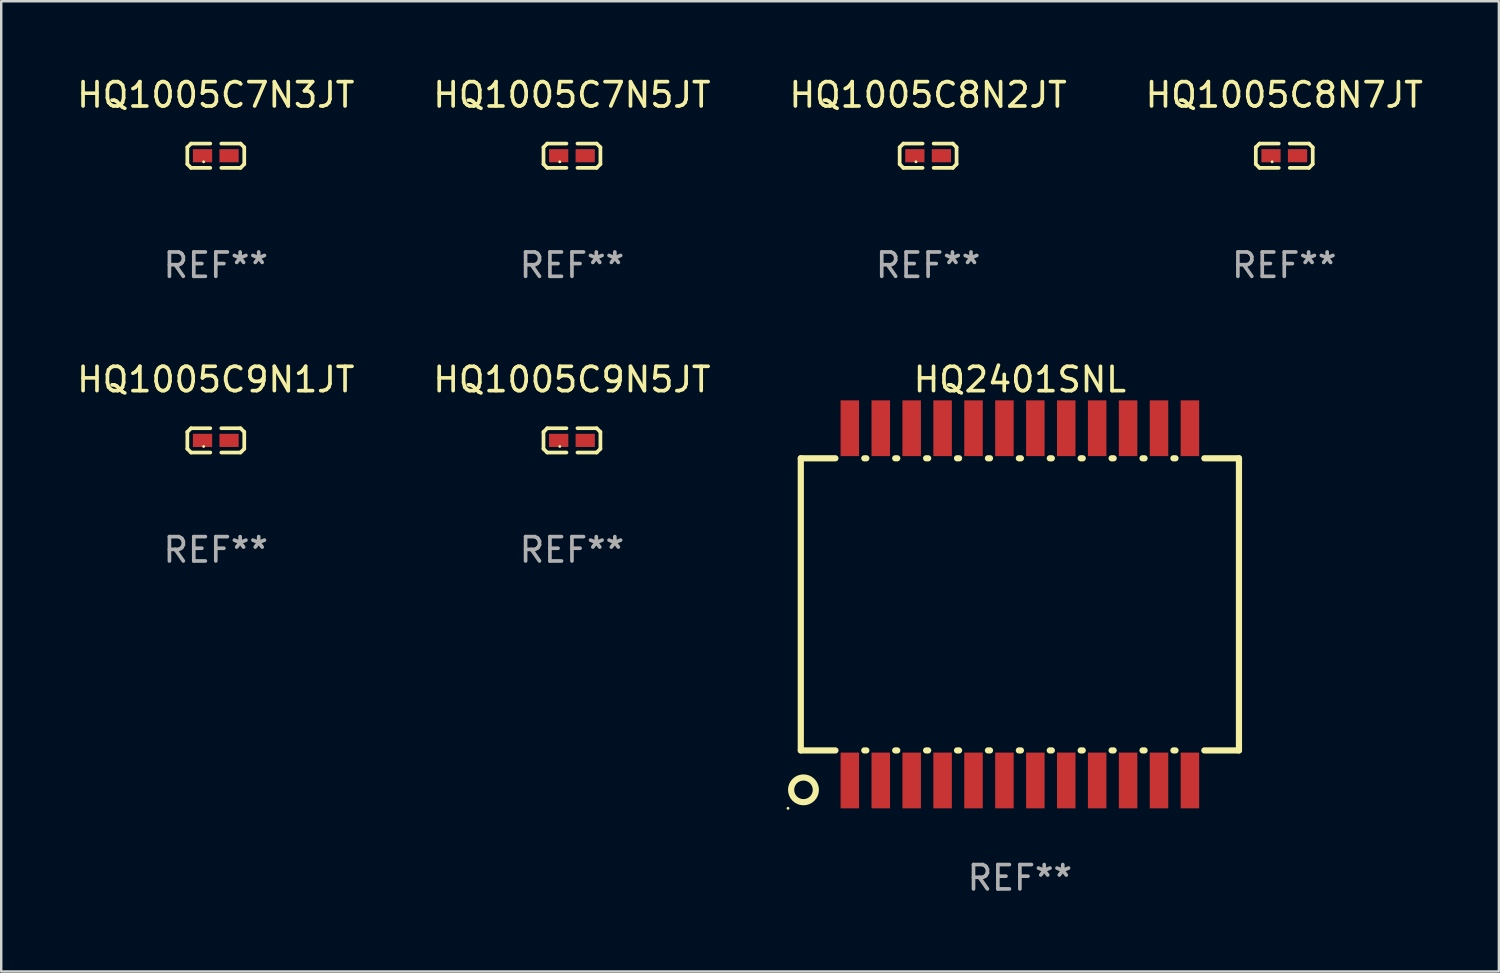
<source format=kicad_pcb>
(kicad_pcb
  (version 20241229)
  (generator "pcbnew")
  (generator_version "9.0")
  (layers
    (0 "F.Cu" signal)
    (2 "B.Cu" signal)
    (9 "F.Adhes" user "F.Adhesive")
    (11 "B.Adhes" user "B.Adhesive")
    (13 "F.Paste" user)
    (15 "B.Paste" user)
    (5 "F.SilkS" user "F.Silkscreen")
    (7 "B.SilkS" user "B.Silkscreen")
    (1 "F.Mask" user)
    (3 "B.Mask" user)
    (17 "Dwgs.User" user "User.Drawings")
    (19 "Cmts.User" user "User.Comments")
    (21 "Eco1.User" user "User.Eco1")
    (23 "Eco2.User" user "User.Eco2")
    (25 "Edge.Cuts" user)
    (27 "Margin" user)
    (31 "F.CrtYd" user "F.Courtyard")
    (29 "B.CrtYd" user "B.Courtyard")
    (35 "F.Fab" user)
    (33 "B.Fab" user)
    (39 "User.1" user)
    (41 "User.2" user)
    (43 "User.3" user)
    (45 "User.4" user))
  (footprint "HQ1005C7N3JT"
    (layer "F.Cu")
    (at 5.815 3.347)
    (property "Reference" "HQ1005C7N3JT" (at 0 -2.499 0) (layer "F.SilkS") (effects (font (size 1 1) (thickness 0.15))))
    (attr through_hole)
    (fp_line (start -1.169 -0.346) (end -1.016 -0.499) (stroke (width 0.152) (type solid)) (layer "F.SilkS"))
    (fp_line (start -1.169 0.346) (end -1.169 -0.346) (stroke (width 0.152) (type solid)) (layer "F.SilkS"))
    (fp_line (start -1.016 -0.499) (end -0.226 -0.499) (stroke (width 0.152) (type solid)) (layer "F.SilkS"))
    (fp_line (start -1.016 0.499) (end -1.169 0.346) (stroke (width 0.152) (type solid)) (layer "F.SilkS"))
    (fp_line (start -0.226 0.499) (end -1.016 0.499) (stroke (width 0.152) (type solid)) (layer "F.SilkS"))
    (fp_line (start 0.226 0.499) (end 1.016 0.499) (stroke (width 0.152) (type solid)) (layer "F.SilkS"))
    (fp_line (start 1.016 -0.499) (end 0.226 -0.499) (stroke (width 0.152) (type solid)) (layer "F.SilkS"))
    (fp_line (start 1.016 0.499) (end 1.169 0.346) (stroke (width 0.152) (type solid)) (layer "F.SilkS"))
    (fp_line (start 1.169 -0.346) (end 1.016 -0.499) (stroke (width 0.152) (type solid)) (layer "F.SilkS"))
    (fp_line (start 1.169 0.346) (end 1.169 -0.346) (stroke (width 0.152) (type solid)) (layer "F.SilkS"))
    (fp_circle (center -0.5 0.25) (end -0.47 0.25) (stroke (width 0.06) (type solid)) (fill no) (layer "F.SilkS"))
    (fp_text user "REF**" (at 0 4.499 0) (layer "F.Fab") (effects (font (size 1 1) (thickness 0.15))))
    (pad "1" smd rect (at -0.545 0) (size 0.79 0.54) (layers "F.Cu" "F.Mask" "F.Paste"))
    (pad "2" smd rect (at 0.545 0) (size 0.79 0.54) (layers "F.Cu" "F.Mask" "F.Paste")))
  (footprint "HQ1005C9N5JT"
    (layer "F.Cu")
    (at 20.446 15.041)
    (property "Reference" "HQ1005C9N5JT" (at 0 -2.499 0) (layer "F.SilkS") (effects (font (size 1 1) (thickness 0.15))))
    (attr through_hole)
    (fp_line (start -1.169 -0.346) (end -1.016 -0.499) (stroke (width 0.152) (type solid)) (layer "F.SilkS"))
    (fp_line (start -1.169 0.346) (end -1.169 -0.346) (stroke (width 0.152) (type solid)) (layer "F.SilkS"))
    (fp_line (start -1.016 -0.499) (end -0.226 -0.499) (stroke (width 0.152) (type solid)) (layer "F.SilkS"))
    (fp_line (start -1.016 0.499) (end -1.169 0.346) (stroke (width 0.152) (type solid)) (layer "F.SilkS"))
    (fp_line (start -0.226 0.499) (end -1.016 0.499) (stroke (width 0.152) (type solid)) (layer "F.SilkS"))
    (fp_line (start 0.226 0.499) (end 1.016 0.499) (stroke (width 0.152) (type solid)) (layer "F.SilkS"))
    (fp_line (start 1.016 -0.499) (end 0.226 -0.499) (stroke (width 0.152) (type solid)) (layer "F.SilkS"))
    (fp_line (start 1.016 0.499) (end 1.169 0.346) (stroke (width 0.152) (type solid)) (layer "F.SilkS"))
    (fp_line (start 1.169 -0.346) (end 1.016 -0.499) (stroke (width 0.152) (type solid)) (layer "F.SilkS"))
    (fp_line (start 1.169 0.346) (end 1.169 -0.346) (stroke (width 0.152) (type solid)) (layer "F.SilkS"))
    (fp_circle (center -0.5 0.25) (end -0.47 0.25) (stroke (width 0.06) (type solid)) (fill no) (layer "F.SilkS"))
    (fp_text user "REF**" (at 0 4.499 0) (layer "F.Fab") (effects (font (size 1 1) (thickness 0.15))))
    (pad "1" smd rect (at -0.545 0) (size 0.79 0.54) (layers "F.Cu" "F.Mask" "F.Paste"))
    (pad "2" smd rect (at 0.545 0) (size 0.79 0.54) (layers "F.Cu" "F.Mask" "F.Paste")))
  (footprint "HQ1005C8N7JT"
    (layer "F.Cu")
    (at 49.708 3.347)
    (property "Reference" "HQ1005C8N7JT" (at 0 -2.499 0) (layer "F.SilkS") (effects (font (size 1 1) (thickness 0.15))))
    (attr through_hole)
    (fp_line (start -1.169 -0.346) (end -1.016 -0.499) (stroke (width 0.152) (type solid)) (layer "F.SilkS"))
    (fp_line (start -1.169 0.346) (end -1.169 -0.346) (stroke (width 0.152) (type solid)) (layer "F.SilkS"))
    (fp_line (start -1.016 -0.499) (end -0.226 -0.499) (stroke (width 0.152) (type solid)) (layer "F.SilkS"))
    (fp_line (start -1.016 0.499) (end -1.169 0.346) (stroke (width 0.152) (type solid)) (layer "F.SilkS"))
    (fp_line (start -0.226 0.499) (end -1.016 0.499) (stroke (width 0.152) (type solid)) (layer "F.SilkS"))
    (fp_line (start 0.226 0.499) (end 1.016 0.499) (stroke (width 0.152) (type solid)) (layer "F.SilkS"))
    (fp_line (start 1.016 -0.499) (end 0.226 -0.499) (stroke (width 0.152) (type solid)) (layer "F.SilkS"))
    (fp_line (start 1.016 0.499) (end 1.169 0.346) (stroke (width 0.152) (type solid)) (layer "F.SilkS"))
    (fp_line (start 1.169 -0.346) (end 1.016 -0.499) (stroke (width 0.152) (type solid)) (layer "F.SilkS"))
    (fp_line (start 1.169 0.346) (end 1.169 -0.346) (stroke (width 0.152) (type solid)) (layer "F.SilkS"))
    (fp_circle (center -0.5 0.25) (end -0.47 0.25) (stroke (width 0.06) (type solid)) (fill no) (layer "F.SilkS"))
    (fp_text user "REF**" (at 0 4.499 0) (layer "F.Fab") (effects (font (size 1 1) (thickness 0.15))))
    (pad "1" smd rect (at -0.545 0) (size 0.79 0.54) (layers "F.Cu" "F.Mask" "F.Paste"))
    (pad "2" smd rect (at 0.545 0) (size 0.79 0.54) (layers "F.Cu" "F.Mask" "F.Paste")))
  (footprint "HQ1005C9N1JT"
    (layer "F.Cu")
    (at 5.815 15.041)
    (property "Reference" "HQ1005C9N1JT" (at 0 -2.499 0) (layer "F.SilkS") (effects (font (size 1 1) (thickness 0.15))))
    (attr through_hole)
    (fp_line (start -1.169 -0.346) (end -1.016 -0.499) (stroke (width 0.152) (type solid)) (layer "F.SilkS"))
    (fp_line (start -1.169 0.346) (end -1.169 -0.346) (stroke (width 0.152) (type solid)) (layer "F.SilkS"))
    (fp_line (start -1.016 -0.499) (end -0.226 -0.499) (stroke (width 0.152) (type solid)) (layer "F.SilkS"))
    (fp_line (start -1.016 0.499) (end -1.169 0.346) (stroke (width 0.152) (type solid)) (layer "F.SilkS"))
    (fp_line (start -0.226 0.499) (end -1.016 0.499) (stroke (width 0.152) (type solid)) (layer "F.SilkS"))
    (fp_line (start 0.226 0.499) (end 1.016 0.499) (stroke (width 0.152) (type solid)) (layer "F.SilkS"))
    (fp_line (start 1.016 -0.499) (end 0.226 -0.499) (stroke (width 0.152) (type solid)) (layer "F.SilkS"))
    (fp_line (start 1.016 0.499) (end 1.169 0.346) (stroke (width 0.152) (type solid)) (layer "F.SilkS"))
    (fp_line (start 1.169 -0.346) (end 1.016 -0.499) (stroke (width 0.152) (type solid)) (layer "F.SilkS"))
    (fp_line (start 1.169 0.346) (end 1.169 -0.346) (stroke (width 0.152) (type solid)) (layer "F.SilkS"))
    (fp_circle (center -0.5 0.25) (end -0.47 0.25) (stroke (width 0.06) (type solid)) (fill no) (layer "F.SilkS"))
    (fp_text user "REF**" (at 0 4.499 0) (layer "F.Fab") (effects (font (size 1 1) (thickness 0.15))))
    (pad "1" smd rect (at -0.545 0) (size 0.79 0.54) (layers "F.Cu" "F.Mask" "F.Paste"))
    (pad "2" smd rect (at 0.545 0) (size 0.79 0.54) (layers "F.Cu" "F.Mask" "F.Paste")))
  (footprint "HQ1005C7N5JT"
    (layer "F.Cu")
    (at 20.446 3.347)
    (property "Reference" "HQ1005C7N5JT" (at 0 -2.499 0) (layer "F.SilkS") (effects (font (size 1 1) (thickness 0.15))))
    (attr through_hole)
    (fp_line (start -1.169 -0.346) (end -1.016 -0.499) (stroke (width 0.152) (type solid)) (layer "F.SilkS"))
    (fp_line (start -1.169 0.346) (end -1.169 -0.346) (stroke (width 0.152) (type solid)) (layer "F.SilkS"))
    (fp_line (start -1.016 -0.499) (end -0.226 -0.499) (stroke (width 0.152) (type solid)) (layer "F.SilkS"))
    (fp_line (start -1.016 0.499) (end -1.169 0.346) (stroke (width 0.152) (type solid)) (layer "F.SilkS"))
    (fp_line (start -0.226 0.499) (end -1.016 0.499) (stroke (width 0.152) (type solid)) (layer "F.SilkS"))
    (fp_line (start 0.226 0.499) (end 1.016 0.499) (stroke (width 0.152) (type solid)) (layer "F.SilkS"))
    (fp_line (start 1.016 -0.499) (end 0.226 -0.499) (stroke (width 0.152) (type solid)) (layer "F.SilkS"))
    (fp_line (start 1.016 0.499) (end 1.169 0.346) (stroke (width 0.152) (type solid)) (layer "F.SilkS"))
    (fp_line (start 1.169 -0.346) (end 1.016 -0.499) (stroke (width 0.152) (type solid)) (layer "F.SilkS"))
    (fp_line (start 1.169 0.346) (end 1.169 -0.346) (stroke (width 0.152) (type solid)) (layer "F.SilkS"))
    (fp_circle (center -0.5 0.25) (end -0.47 0.25) (stroke (width 0.06) (type solid)) (fill no) (layer "F.SilkS"))
    (fp_text user "REF**" (at 0 4.499 0) (layer "F.Fab") (effects (font (size 1 1) (thickness 0.15))))
    (pad "1" smd rect (at -0.545 0) (size 0.79 0.54) (layers "F.Cu" "F.Mask" "F.Paste"))
    (pad "2" smd rect (at 0.545 0) (size 0.79 0.54) (layers "F.Cu" "F.Mask" "F.Paste")))
  (footprint "HQ1005C8N2JT"
    (layer "F.Cu")
    (at 35.077 3.347)
    (property "Reference" "HQ1005C8N2JT" (at 0 -2.499 0) (layer "F.SilkS") (effects (font (size 1 1) (thickness 0.15))))
    (attr through_hole)
    (fp_line (start -1.169 -0.346) (end -1.016 -0.499) (stroke (width 0.152) (type solid)) (layer "F.SilkS"))
    (fp_line (start -1.169 0.346) (end -1.169 -0.346) (stroke (width 0.152) (type solid)) (layer "F.SilkS"))
    (fp_line (start -1.016 -0.499) (end -0.226 -0.499) (stroke (width 0.152) (type solid)) (layer "F.SilkS"))
    (fp_line (start -1.016 0.499) (end -1.169 0.346) (stroke (width 0.152) (type solid)) (layer "F.SilkS"))
    (fp_line (start -0.226 0.499) (end -1.016 0.499) (stroke (width 0.152) (type solid)) (layer "F.SilkS"))
    (fp_line (start 0.226 0.499) (end 1.016 0.499) (stroke (width 0.152) (type solid)) (layer "F.SilkS"))
    (fp_line (start 1.016 -0.499) (end 0.226 -0.499) (stroke (width 0.152) (type solid)) (layer "F.SilkS"))
    (fp_line (start 1.016 0.499) (end 1.169 0.346) (stroke (width 0.152) (type solid)) (layer "F.SilkS"))
    (fp_line (start 1.169 -0.346) (end 1.016 -0.499) (stroke (width 0.152) (type solid)) (layer "F.SilkS"))
    (fp_line (start 1.169 0.346) (end 1.169 -0.346) (stroke (width 0.152) (type solid)) (layer "F.SilkS"))
    (fp_circle (center -0.5 0.25) (end -0.47 0.25) (stroke (width 0.06) (type solid)) (fill no) (layer "F.SilkS"))
    (fp_text user "REF**" (at 0 4.499 0) (layer "F.Fab") (effects (font (size 1 1) (thickness 0.15))))
    (pad "1" smd rect (at -0.545 0) (size 0.79 0.54) (layers "F.Cu" "F.Mask" "F.Paste"))
    (pad "2" smd rect (at 0.545 0) (size 0.79 0.54) (layers "F.Cu" "F.Mask" "F.Paste")))
  (footprint "HQ2401SNL"
    (layer "F.Cu")
    (at 38.847 21.777)
    (property "Reference" "HQ2401SNL" (at 0 -9.235 0) (layer "F.SilkS") (effects (font (size 1 1) (thickness 0.15))))
    (attr through_hole)
    (fp_line (start -9 -6) (end -9 6) (stroke (width 0.254) (type solid)) (layer "F.SilkS"))
    (fp_line (start -9 -6) (end -7.578 -6) (stroke (width 0.254) (type solid)) (layer "F.SilkS"))
    (fp_line (start -7.578 6) (end -9 6) (stroke (width 0.254) (type solid)) (layer "F.SilkS"))
    (fp_line (start -6.392 -6) (end -6.308 -6) (stroke (width 0.254) (type solid)) (layer "F.SilkS"))
    (fp_line (start -6.308 6) (end -6.392 6) (stroke (width 0.254) (type solid)) (layer "F.SilkS"))
    (fp_line (start -5.122 -6) (end -5.038 -6) (stroke (width 0.254) (type solid)) (layer "F.SilkS"))
    (fp_line (start -5.038 6) (end -5.122 6) (stroke (width 0.254) (type solid)) (layer "F.SilkS"))
    (fp_line (start -3.852 -6) (end -3.768 -6) (stroke (width 0.254) (type solid)) (layer "F.SilkS"))
    (fp_line (start -3.768 6) (end -3.852 6) (stroke (width 0.254) (type solid)) (layer "F.SilkS"))
    (fp_line (start -2.582 -6) (end -2.498 -6) (stroke (width 0.254) (type solid)) (layer "F.SilkS"))
    (fp_line (start -2.498 6) (end -2.582 6) (stroke (width 0.254) (type solid)) (layer "F.SilkS"))
    (fp_line (start -1.312 -6) (end -1.228 -6) (stroke (width 0.254) (type solid)) (layer "F.SilkS"))
    (fp_line (start -1.228 6) (end -1.312 6) (stroke (width 0.254) (type solid)) (layer "F.SilkS"))
    (fp_line (start -0.042 -6) (end 0.042 -6) (stroke (width 0.254) (type solid)) (layer "F.SilkS"))
    (fp_line (start 0.042 6) (end -0.042 6) (stroke (width 0.254) (type solid)) (layer "F.SilkS"))
    (fp_line (start 1.228 -6) (end 1.312 -6) (stroke (width 0.254) (type solid)) (layer "F.SilkS"))
    (fp_line (start 1.312 6) (end 1.228 6) (stroke (width 0.254) (type solid)) (layer "F.SilkS"))
    (fp_line (start 2.498 -6) (end 2.582 -6) (stroke (width 0.254) (type solid)) (layer "F.SilkS"))
    (fp_line (start 2.582 6) (end 2.498 6) (stroke (width 0.254) (type solid)) (layer "F.SilkS"))
    (fp_line (start 3.768 -6) (end 3.852 -6) (stroke (width 0.254) (type solid)) (layer "F.SilkS"))
    (fp_line (start 3.852 6) (end 3.768 6) (stroke (width 0.254) (type solid)) (layer "F.SilkS"))
    (fp_line (start 5.038 -6) (end 5.122 -6) (stroke (width 0.254) (type solid)) (layer "F.SilkS"))
    (fp_line (start 5.122 6) (end 5.038 6) (stroke (width 0.254) (type solid)) (layer "F.SilkS"))
    (fp_line (start 6.308 -6) (end 6.392 -6) (stroke (width 0.254) (type solid)) (layer "F.SilkS"))
    (fp_line (start 6.392 6) (end 6.308 6) (stroke (width 0.254) (type solid)) (layer "F.SilkS"))
    (fp_line (start 7.578 -6) (end 9 -6) (stroke (width 0.254) (type solid)) (layer "F.SilkS"))
    (fp_line (start 9 -6) (end 9 6) (stroke (width 0.254) (type solid)) (layer "F.SilkS"))
    (fp_line (start 9 6) (end 7.578 6) (stroke (width 0.254) (type solid)) (layer "F.SilkS"))
    (fp_circle (center -9.525 8.38) (end -9.495 8.38) (stroke (width 0.06) (type solid)) (fill no) (layer "F.SilkS"))
    (fp_circle (center -8.89 7.62) (end -8.382 7.62) (stroke (width 0.254) (type solid)) (fill no) (layer "F.SilkS"))
    (fp_text user "REF**" (at 0 11.235 0) (layer "F.Fab") (effects (font (size 1 1) (thickness 0.15))))
    (pad "1" smd rect (at -6.985 7.235) (size 0.76 2.29) (layers "F.Cu" "F.Mask" "F.Paste"))
    (pad "2" smd rect (at -5.715 7.235) (size 0.76 2.29) (layers "F.Cu" "F.Mask" "F.Paste"))
    (pad "3" smd rect (at -4.445 7.235) (size 0.76 2.29) (layers "F.Cu" "F.Mask" "F.Paste"))
    (pad "4" smd rect (at -3.175 7.235) (size 0.76 2.29) (layers "F.Cu" "F.Mask" "F.Paste"))
    (pad "5" smd rect (at -1.905 7.235) (size 0.76 2.29) (layers "F.Cu" "F.Mask" "F.Paste"))
    (pad "6" smd rect (at -0.635 7.235) (size 0.76 2.29) (layers "F.Cu" "F.Mask" "F.Paste"))
    (pad "7" smd rect (at 0.635 7.235 180) (size 0.76 2.29) (layers "F.Cu" "F.Mask" "F.Paste"))
    (pad "8" smd rect (at 1.905 7.235 180) (size 0.76 2.29) (layers "F.Cu" "F.Mask" "F.Paste"))
    (pad "9" smd rect (at 3.175 7.235 180) (size 0.76 2.29) (layers "F.Cu" "F.Mask" "F.Paste"))
    (pad "10" smd rect (at 4.445 7.235 180) (size 0.76 2.29) (layers "F.Cu" "F.Mask" "F.Paste"))
    (pad "11" smd rect (at 5.715 7.235 180) (size 0.76 2.29) (layers "F.Cu" "F.Mask" "F.Paste"))
    (pad "12" smd rect (at 6.985 7.235 180) (size 0.76 2.29) (layers "F.Cu" "F.Mask" "F.Paste"))
    (pad "13" smd rect (at 6.985 -7.235 180) (size 0.76 2.29) (layers "F.Cu" "F.Mask" "F.Paste"))
    (pad "14" smd rect (at 5.715 -7.235 180) (size 0.76 2.29) (layers "F.Cu" "F.Mask" "F.Paste"))
    (pad "15" smd rect (at 4.445 -7.235 180) (size 0.76 2.29) (layers "F.Cu" "F.Mask" "F.Paste"))
    (pad "16" smd rect (at 3.175 -7.235 180) (size 0.76 2.29) (layers "F.Cu" "F.Mask" "F.Paste"))
    (pad "17" smd rect (at 1.905 -7.235 180) (size 0.76 2.29) (layers "F.Cu" "F.Mask" "F.Paste"))
    (pad "18" smd rect (at 0.635 -7.235 180) (size 0.76 2.29) (layers "F.Cu" "F.Mask" "F.Paste"))
    (pad "19" smd rect (at -0.635 -7.235) (size 0.76 2.29) (layers "F.Cu" "F.Mask" "F.Paste"))
    (pad "20" smd rect (at -1.905 -7.235) (size 0.76 2.29) (layers "F.Cu" "F.Mask" "F.Paste"))
    (pad "21" smd rect (at -3.175 -7.235) (size 0.76 2.29) (layers "F.Cu" "F.Mask" "F.Paste"))
    (pad "22" smd rect (at -4.445 -7.235) (size 0.76 2.29) (layers "F.Cu" "F.Mask" "F.Paste"))
    (pad "23" smd rect (at -5.715 -7.235) (size 0.76 2.29) (layers "F.Cu" "F.Mask" "F.Paste"))
    (pad "24" smd rect (at -6.985 -7.235) (size 0.76 2.29) (layers "F.Cu" "F.Mask" "F.Paste")))
  (gr_rect
    (start -3 -3)
    (end 58.524 36.86)
    (stroke (width 0.1) (type default))
    (fill no)
    (layer "Edge.Cuts")))
</source>
